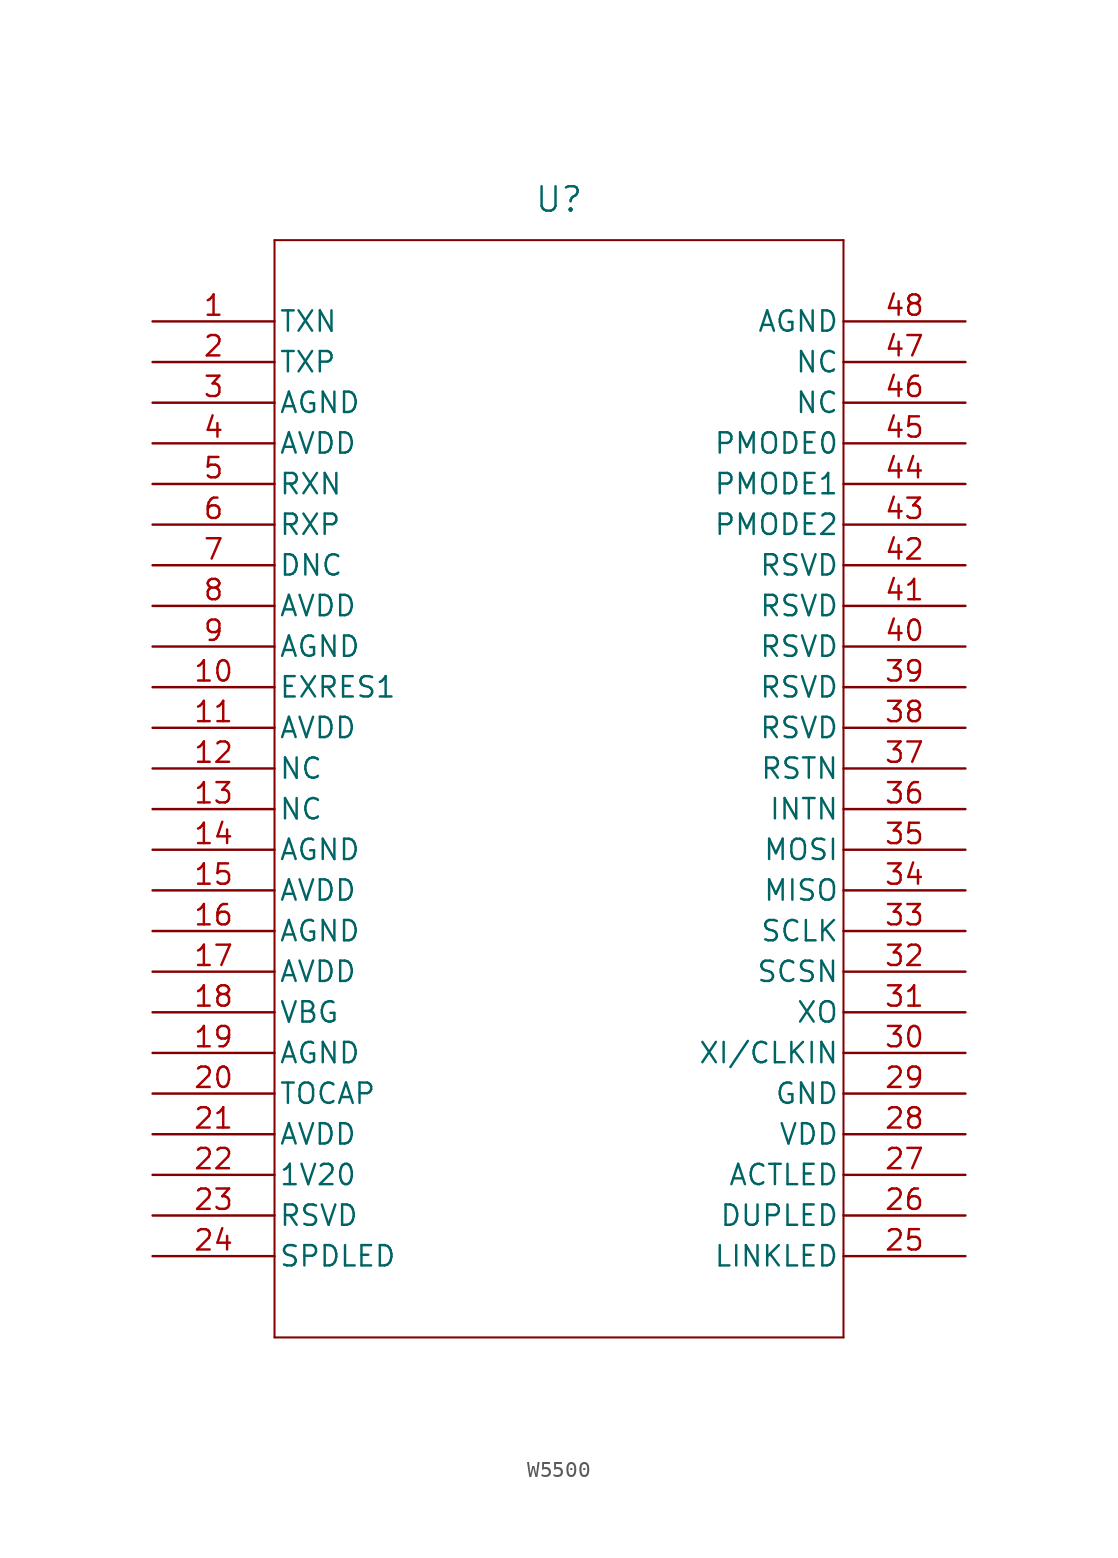
<source format=kicad_sym>
(kicad_symbol_lib
  (version 20220914)
  (generator kicad_symbol_editor)
  (symbol "W5500"
    (pin_names
      (offset 0.254))
    (property "Reference" "U"
      (at -1.27 31.75 0)
      (effects (font (size 1.524 1.524))))
    (symbol "W5500_0_1"
      (polyline (pts (xy -19.05 -39.37) (xy 16.51 -39.37)) (stroke (width 0.127) (type default)) (fill (type none)))
      (polyline (pts (xy -19.05 29.21) (xy -19.05 -39.37)) (stroke (width 0.127) (type default)) (fill (type none)))
      (polyline (pts (xy 16.51 -39.37) (xy 16.51 29.21)) (stroke (width 0.127) (type default)) (fill (type none)))
      (polyline (pts (xy 16.51 29.21) (xy -19.05 29.21)) (stroke (width 0.127) (type default)) (fill (type none)))
      (pin passive line (at -26.67 24.13 0) (length 7.62) (name "TXN" (effects (font (size 1.27 1.27)))) (number "1" (effects (font (size 1.27 1.27)))))
      (pin passive line (at -26.67 1.27 0) (length 7.62) (name "EXRES1" (effects (font (size 1.27 1.27)))) (number "10" (effects (font (size 1.27 1.27)))))
      (pin passive line (at -26.67 -1.27 0) (length 7.62) (name "AVDD" (effects (font (size 1.27 1.27)))) (number "11" (effects (font (size 1.27 1.27)))))
      (pin passive line (at -26.67 -3.81 0) (length 7.62) (name "NC" (effects (font (size 1.27 1.27)))) (number "12" (effects (font (size 1.27 1.27)))))
      (pin passive line (at -26.67 -6.35 0) (length 7.62) (name "NC" (effects (font (size 1.27 1.27)))) (number "13" (effects (font (size 1.27 1.27)))))
      (pin passive line (at -26.67 -8.89 0) (length 7.62) (name "AGND" (effects (font (size 1.27 1.27)))) (number "14" (effects (font (size 1.27 1.27)))))
      (pin passive line (at -26.67 -11.43 0) (length 7.62) (name "AVDD" (effects (font (size 1.27 1.27)))) (number "15" (effects (font (size 1.27 1.27)))))
      (pin passive line (at -26.67 -13.97 0) (length 7.62) (name "AGND" (effects (font (size 1.27 1.27)))) (number "16" (effects (font (size 1.27 1.27)))))
      (pin passive line (at -26.67 -16.51 0) (length 7.62) (name "AVDD" (effects (font (size 1.27 1.27)))) (number "17" (effects (font (size 1.27 1.27)))))
      (pin passive line (at -26.67 -19.05 0) (length 7.62) (name "VBG" (effects (font (size 1.27 1.27)))) (number "18" (effects (font (size 1.27 1.27)))))
      (pin passive line (at -26.67 -21.59 0) (length 7.62) (name "AGND" (effects (font (size 1.27 1.27)))) (number "19" (effects (font (size 1.27 1.27)))))
      (pin passive line (at -26.67 21.59 0) (length 7.62) (name "TXP" (effects (font (size 1.27 1.27)))) (number "2" (effects (font (size 1.27 1.27)))))
      (pin passive line (at -26.67 -24.13 0) (length 7.62) (name "TOCAP" (effects (font (size 1.27 1.27)))) (number "20" (effects (font (size 1.27 1.27)))))
      (pin passive line (at -26.67 -26.67 0) (length 7.62) (name "AVDD" (effects (font (size 1.27 1.27)))) (number "21" (effects (font (size 1.27 1.27)))))
      (pin passive line (at -26.67 -29.21 0) (length 7.62) (name "1V20" (effects (font (size 1.27 1.27)))) (number "22" (effects (font (size 1.27 1.27)))))
      (pin passive line (at -26.67 -31.75 0) (length 7.62) (name "RSVD" (effects (font (size 1.27 1.27)))) (number "23" (effects (font (size 1.27 1.27)))))
      (pin passive line (at -26.67 -34.29 0) (length 7.62) (name "SPDLED" (effects (font (size 1.27 1.27)))) (number "24" (effects (font (size 1.27 1.27)))))
      (pin passive line (at 24.13 -34.29 180) (length 7.62) (name "LINKLED" (effects (font (size 1.27 1.27)))) (number "25" (effects (font (size 1.27 1.27)))))
      (pin passive line (at 24.13 -31.75 180) (length 7.62) (name "DUPLED" (effects (font (size 1.27 1.27)))) (number "26" (effects (font (size 1.27 1.27)))))
      (pin passive line (at 24.13 -29.21 180) (length 7.62) (name "ACTLED" (effects (font (size 1.27 1.27)))) (number "27" (effects (font (size 1.27 1.27)))))
      (pin passive line (at 24.13 -26.67 180) (length 7.62) (name "VDD" (effects (font (size 1.27 1.27)))) (number "28" (effects (font (size 1.27 1.27)))))
      (pin passive line (at 24.13 -24.13 180) (length 7.62) (name "GND" (effects (font (size 1.27 1.27)))) (number "29" (effects (font (size 1.27 1.27)))))
      (pin passive line (at -26.67 19.05 0) (length 7.62) (name "AGND" (effects (font (size 1.27 1.27)))) (number "3" (effects (font (size 1.27 1.27)))))
      (pin passive line (at 24.13 -21.59 180) (length 7.62) (name "XI/CLKIN" (effects (font (size 1.27 1.27)))) (number "30" (effects (font (size 1.27 1.27)))))
      (pin passive line (at 24.13 -19.05 180) (length 7.62) (name "XO" (effects (font (size 1.27 1.27)))) (number "31" (effects (font (size 1.27 1.27)))))
      (pin passive line (at 24.13 -16.51 180) (length 7.62) (name "SCSN" (effects (font (size 1.27 1.27)))) (number "32" (effects (font (size 1.27 1.27)))))
      (pin passive line (at 24.13 -13.97 180) (length 7.62) (name "SCLK" (effects (font (size 1.27 1.27)))) (number "33" (effects (font (size 1.27 1.27)))))
      (pin passive line (at 24.13 -11.43 180) (length 7.62) (name "MISO" (effects (font (size 1.27 1.27)))) (number "34" (effects (font (size 1.27 1.27)))))
      (pin passive line (at 24.13 -8.89 180) (length 7.62) (name "MOSI" (effects (font (size 1.27 1.27)))) (number "35" (effects (font (size 1.27 1.27)))))
      (pin passive line (at 24.13 -6.35 180) (length 7.62) (name "INTN" (effects (font (size 1.27 1.27)))) (number "36" (effects (font (size 1.27 1.27)))))
      (pin passive line (at 24.13 -3.81 180) (length 7.62) (name "RSTN" (effects (font (size 1.27 1.27)))) (number "37" (effects (font (size 1.27 1.27)))))
      (pin passive line (at 24.13 -1.27 180) (length 7.62) (name "RSVD" (effects (font (size 1.27 1.27)))) (number "38" (effects (font (size 1.27 1.27)))))
      (pin passive line (at 24.13 1.27 180) (length 7.62) (name "RSVD" (effects (font (size 1.27 1.27)))) (number "39" (effects (font (size 1.27 1.27)))))
      (pin passive line (at -26.67 16.51 0) (length 7.62) (name "AVDD" (effects (font (size 1.27 1.27)))) (number "4" (effects (font (size 1.27 1.27)))))
      (pin passive line (at 24.13 3.81 180) (length 7.62) (name "RSVD" (effects (font (size 1.27 1.27)))) (number "40" (effects (font (size 1.27 1.27)))))
      (pin passive line (at 24.13 6.35 180) (length 7.62) (name "RSVD" (effects (font (size 1.27 1.27)))) (number "41" (effects (font (size 1.27 1.27)))))
      (pin passive line (at 24.13 8.89 180) (length 7.62) (name "RSVD" (effects (font (size 1.27 1.27)))) (number "42" (effects (font (size 1.27 1.27)))))
      (pin passive line (at 24.13 11.43 180) (length 7.62) (name "PMODE2" (effects (font (size 1.27 1.27)))) (number "43" (effects (font (size 1.27 1.27)))))
      (pin passive line (at 24.13 13.97 180) (length 7.62) (name "PMODE1" (effects (font (size 1.27 1.27)))) (number "44" (effects (font (size 1.27 1.27)))))
      (pin passive line (at 24.13 16.51 180) (length 7.62) (name "PMODE0" (effects (font (size 1.27 1.27)))) (number "45" (effects (font (size 1.27 1.27)))))
      (pin passive line (at 24.13 19.05 180) (length 7.62) (name "NC" (effects (font (size 1.27 1.27)))) (number "46" (effects (font (size 1.27 1.27)))))
      (pin passive line (at 24.13 21.59 180) (length 7.62) (name "NC" (effects (font (size 1.27 1.27)))) (number "47" (effects (font (size 1.27 1.27)))))
      (pin passive line (at 24.13 24.13 180) (length 7.62) (name "AGND" (effects (font (size 1.27 1.27)))) (number "48" (effects (font (size 1.27 1.27)))))
      (pin passive line (at -26.67 13.97 0) (length 7.62) (name "RXN" (effects (font (size 1.27 1.27)))) (number "5" (effects (font (size 1.27 1.27)))))
      (pin passive line (at -26.67 11.43 0) (length 7.62) (name "RXP" (effects (font (size 1.27 1.27)))) (number "6" (effects (font (size 1.27 1.27)))))
      (pin passive line (at -26.67 8.89 0) (length 7.62) (name "DNC" (effects (font (size 1.27 1.27)))) (number "7" (effects (font (size 1.27 1.27)))))
      (pin passive line (at -26.67 6.35 0) (length 7.62) (name "AVDD" (effects (font (size 1.27 1.27)))) (number "8" (effects (font (size 1.27 1.27)))))
      (pin passive line (at -26.67 3.81 0) (length 7.62) (name "AGND" (effects (font (size 1.27 1.27)))) (number "9" (effects (font (size 1.27 1.27))))))))
</source>
